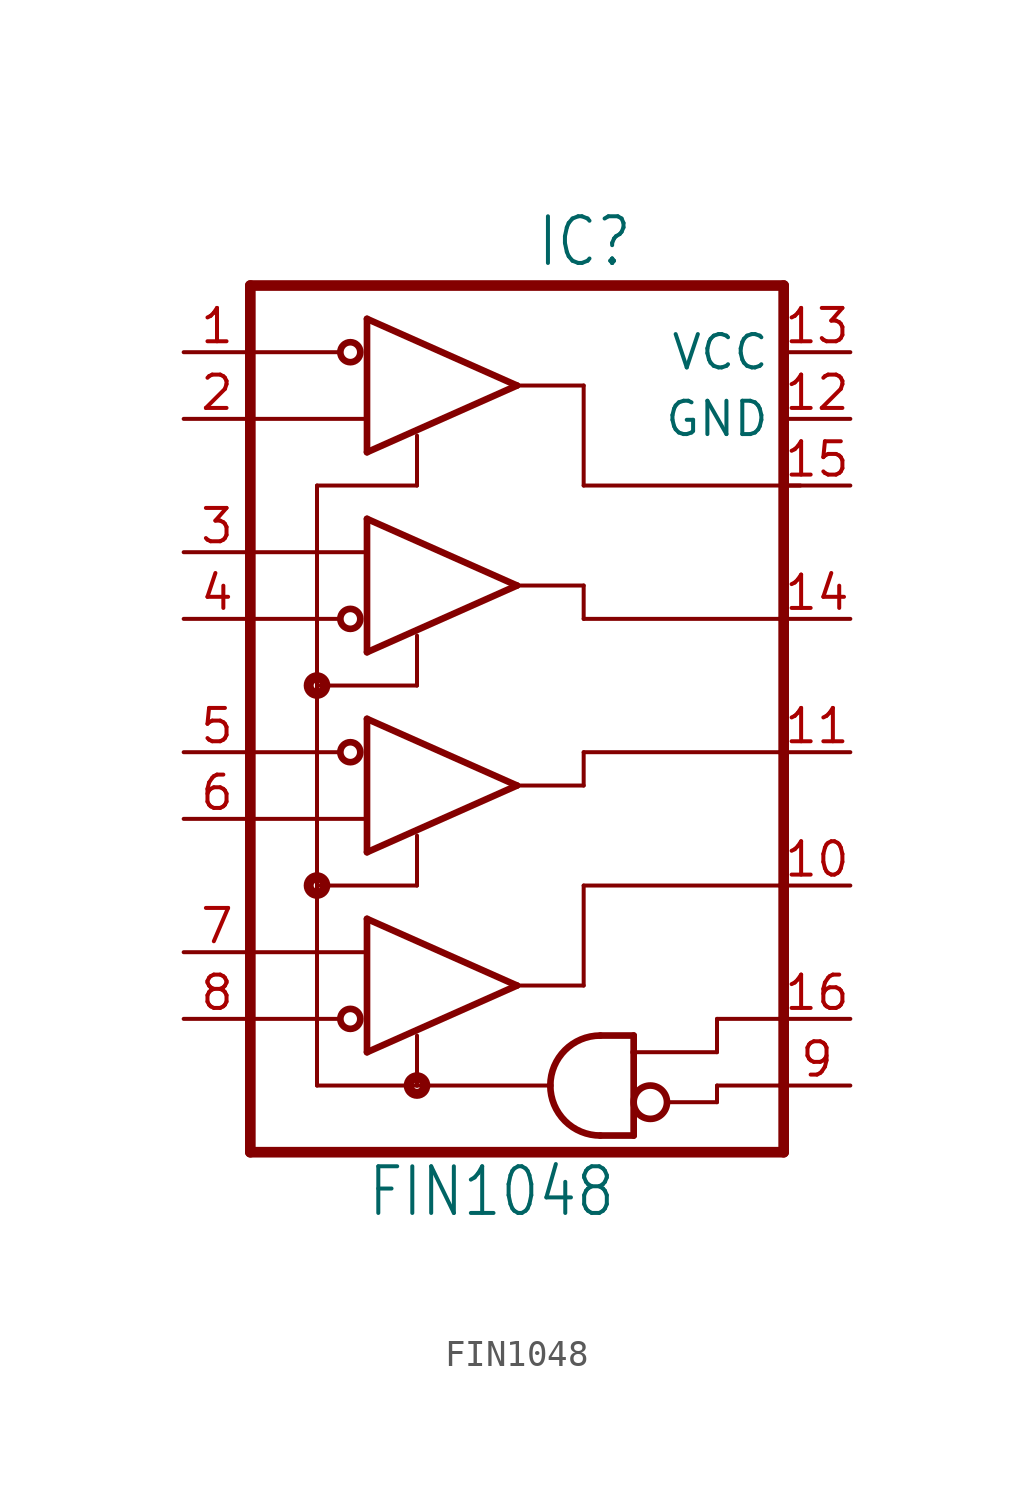
<source format=kicad_sym>
(kicad_symbol_lib
  (version 20211014)
  (generator kicad_symbol_editor)
  (symbol "FIN1048"
    (property "Reference" "IC"
      (at 4.445 15.875 0)
      (effects (font (size 1.778 1.511)) (justify right bottom)))
    (property "Value" "FIN1048"
      (at 3.81 -20.32 0)
      (effects (font (size 1.778 1.511)) (justify right bottom)))
    (property "ki_locked" ""
      (at 0 0 0)
      (effects (font (size 1.27 1.27))))
    (symbol "FIN1048_1_0"
      (circle (center -7.62 -7.62) (radius 0.127) (stroke (width 0.381) (type default) (color 0 0 0 0)) (fill (type none)))
      (circle (center -7.62 0) (radius 0.127) (stroke (width 0.381) (type default) (color 0 0 0 0)) (fill (type none)))
      (circle (center -6.35 -12.7) (radius 0.381) (stroke (width 0.254) (type default) (color 0 0 0 0)) (fill (type none)))
      (circle (center -6.35 -2.54) (radius 0.381) (stroke (width 0.254) (type default) (color 0 0 0 0)) (fill (type none)))
      (circle (center -6.35 2.54) (radius 0.381) (stroke (width 0.254) (type default) (color 0 0 0 0)) (fill (type none)))
      (circle (center -6.35 12.7) (radius 0.381) (stroke (width 0.254) (type default) (color 0 0 0 0)) (fill (type none)))
      (circle (center -3.81 -15.24) (radius 0.127) (stroke (width 0.381) (type default) (color 0 0 0 0)) (fill (type none)))
      (polyline (pts (xy -10.16 -12.7) (xy -6.731 -12.7)) (stroke (width 0.152) (type default) (color 0 0 0 0)) (fill (type none)))
      (polyline (pts (xy -10.16 -10.16) (xy -5.715 -10.16)) (stroke (width 0.152) (type default) (color 0 0 0 0)) (fill (type none)))
      (polyline (pts (xy -10.16 -5.08) (xy -5.715 -5.08)) (stroke (width 0.152) (type default) (color 0 0 0 0)) (fill (type none)))
      (polyline (pts (xy -10.16 -2.54) (xy -6.731 -2.54)) (stroke (width 0.152) (type default) (color 0 0 0 0)) (fill (type none)))
      (polyline (pts (xy -10.16 2.54) (xy -6.731 2.54)) (stroke (width 0.152) (type default) (color 0 0 0 0)) (fill (type none)))
      (polyline (pts (xy -10.16 5.08) (xy -5.715 5.08)) (stroke (width 0.152) (type default) (color 0 0 0 0)) (fill (type none)))
      (polyline (pts (xy -10.16 10.16) (xy -5.715 10.16)) (stroke (width 0.152) (type default) (color 0 0 0 0)) (fill (type none)))
      (polyline (pts (xy -10.16 12.7) (xy -6.731 12.7)) (stroke (width 0.152) (type default) (color 0 0 0 0)) (fill (type none)))
      (polyline (pts (xy -10.16 15.24) (xy -10.16 -17.78)) (stroke (width 0.406) (type default) (color 0 0 0 0)) (fill (type none)))
      (polyline (pts (xy -7.62 -15.24) (xy -7.62 -7.62)) (stroke (width 0.152) (type default) (color 0 0 0 0)) (fill (type none)))
      (polyline (pts (xy -7.62 -15.24) (xy -3.81 -15.24)) (stroke (width 0.152) (type default) (color 0 0 0 0)) (fill (type none)))
      (polyline (pts (xy -7.62 -7.62) (xy -7.62 0)) (stroke (width 0.152) (type default) (color 0 0 0 0)) (fill (type none)))
      (polyline (pts (xy -7.62 -7.62) (xy -3.81 -7.62)) (stroke (width 0.152) (type default) (color 0 0 0 0)) (fill (type none)))
      (polyline (pts (xy -7.62 0) (xy -7.62 7.62)) (stroke (width 0.152) (type default) (color 0 0 0 0)) (fill (type none)))
      (polyline (pts (xy -7.62 0) (xy -3.81 0)) (stroke (width 0.152) (type default) (color 0 0 0 0)) (fill (type none)))
      (polyline (pts (xy -7.62 7.62) (xy -3.81 7.62)) (stroke (width 0.152) (type default) (color 0 0 0 0)) (fill (type none)))
      (polyline (pts (xy -5.715 -13.97) (xy 0 -11.43)) (stroke (width 0.254) (type default) (color 0 0 0 0)) (fill (type none)))
      (polyline (pts (xy -5.715 -8.89) (xy -5.715 -13.97)) (stroke (width 0.254) (type default) (color 0 0 0 0)) (fill (type none)))
      (polyline (pts (xy -5.715 -6.35) (xy 0 -3.81)) (stroke (width 0.254) (type default) (color 0 0 0 0)) (fill (type none)))
      (polyline (pts (xy -5.715 -1.27) (xy -5.715 -6.35)) (stroke (width 0.254) (type default) (color 0 0 0 0)) (fill (type none)))
      (polyline (pts (xy -5.715 1.27) (xy 0 3.81)) (stroke (width 0.254) (type default) (color 0 0 0 0)) (fill (type none)))
      (polyline (pts (xy -5.715 6.35) (xy -5.715 1.27)) (stroke (width 0.254) (type default) (color 0 0 0 0)) (fill (type none)))
      (polyline (pts (xy -5.715 8.89) (xy 0 11.43)) (stroke (width 0.254) (type default) (color 0 0 0 0)) (fill (type none)))
      (polyline (pts (xy -5.715 13.97) (xy -5.715 8.89)) (stroke (width 0.254) (type default) (color 0 0 0 0)) (fill (type none)))
      (polyline (pts (xy -3.81 -15.24) (xy -3.81 -13.335)) (stroke (width 0.152) (type default) (color 0 0 0 0)) (fill (type none)))
      (polyline (pts (xy -3.81 -7.62) (xy -3.81 -5.715)) (stroke (width 0.152) (type default) (color 0 0 0 0)) (fill (type none)))
      (polyline (pts (xy -3.81 0) (xy -3.81 1.905)) (stroke (width 0.152) (type default) (color 0 0 0 0)) (fill (type none)))
      (polyline (pts (xy -3.81 7.62) (xy -3.81 9.525)) (stroke (width 0.152) (type default) (color 0 0 0 0)) (fill (type none)))
      (polyline (pts (xy 0 -11.43) (xy -5.715 -8.89)) (stroke (width 0.254) (type default) (color 0 0 0 0)) (fill (type none)))
      (polyline (pts (xy 0 -3.81) (xy -5.715 -1.27)) (stroke (width 0.254) (type default) (color 0 0 0 0)) (fill (type none)))
      (polyline (pts (xy 0 3.81) (xy -5.715 6.35)) (stroke (width 0.254) (type default) (color 0 0 0 0)) (fill (type none)))
      (polyline (pts (xy 0 11.43) (xy -5.715 13.97)) (stroke (width 0.254) (type default) (color 0 0 0 0)) (fill (type none)))
      (polyline (pts (xy 1.27 -15.24) (xy -3.81 -15.24)) (stroke (width 0.152) (type default) (color 0 0 0 0)) (fill (type none)))
      (polyline (pts (xy 2.54 -11.43) (xy 0 -11.43)) (stroke (width 0.152) (type default) (color 0 0 0 0)) (fill (type none)))
      (polyline (pts (xy 2.54 -7.62) (xy 2.54 -11.43)) (stroke (width 0.152) (type default) (color 0 0 0 0)) (fill (type none)))
      (polyline (pts (xy 2.54 -3.81) (xy 0 -3.81)) (stroke (width 0.152) (type default) (color 0 0 0 0)) (fill (type none)))
      (polyline (pts (xy 2.54 -2.54) (xy 2.54 -3.81)) (stroke (width 0.152) (type default) (color 0 0 0 0)) (fill (type none)))
      (polyline (pts (xy 2.54 2.54) (xy 2.54 3.81)) (stroke (width 0.152) (type default) (color 0 0 0 0)) (fill (type none)))
      (polyline (pts (xy 2.54 3.81) (xy 0 3.81)) (stroke (width 0.152) (type default) (color 0 0 0 0)) (fill (type none)))
      (polyline (pts (xy 2.54 7.62) (xy 2.54 11.43)) (stroke (width 0.152) (type default) (color 0 0 0 0)) (fill (type none)))
      (polyline (pts (xy 2.54 11.43) (xy 0 11.43)) (stroke (width 0.152) (type default) (color 0 0 0 0)) (fill (type none)))
      (polyline (pts (xy 3.175 -17.145) (xy 4.445 -17.145)) (stroke (width 0.254) (type default) (color 0 0 0 0)) (fill (type none)))
      (polyline (pts (xy 4.445 -17.145) (xy 4.445 -13.97)) (stroke (width 0.254) (type default) (color 0 0 0 0)) (fill (type none)))
      (polyline (pts (xy 4.445 -13.97) (xy 4.445 -13.335)) (stroke (width 0.254) (type default) (color 0 0 0 0)) (fill (type none)))
      (polyline (pts (xy 4.445 -13.335) (xy 3.175 -13.335)) (stroke (width 0.254) (type default) (color 0 0 0 0)) (fill (type none)))
      (polyline (pts (xy 5.715 -15.875) (xy 7.62 -15.875)) (stroke (width 0.152) (type default) (color 0 0 0 0)) (fill (type none)))
      (polyline (pts (xy 7.62 -15.875) (xy 7.62 -15.24)) (stroke (width 0.152) (type default) (color 0 0 0 0)) (fill (type none)))
      (polyline (pts (xy 7.62 -15.24) (xy 10.16 -15.24)) (stroke (width 0.152) (type default) (color 0 0 0 0)) (fill (type none)))
      (polyline (pts (xy 7.62 -13.97) (xy 4.445 -13.97)) (stroke (width 0.152) (type default) (color 0 0 0 0)) (fill (type none)))
      (polyline (pts (xy 7.62 -12.7) (xy 7.62 -13.97)) (stroke (width 0.152) (type default) (color 0 0 0 0)) (fill (type none)))
      (polyline (pts (xy 10.16 -17.78) (xy -10.16 -17.78)) (stroke (width 0.406) (type default) (color 0 0 0 0)) (fill (type none)))
      (polyline (pts (xy 10.16 -15.24) (xy 10.16 -17.78)) (stroke (width 0.406) (type default) (color 0 0 0 0)) (fill (type none)))
      (polyline (pts (xy 10.16 -12.7) (xy 7.62 -12.7)) (stroke (width 0.152) (type default) (color 0 0 0 0)) (fill (type none)))
      (polyline (pts (xy 10.16 -12.7) (xy 10.16 -15.24)) (stroke (width 0.406) (type default) (color 0 0 0 0)) (fill (type none)))
      (polyline (pts (xy 10.16 -7.62) (xy 2.54 -7.62)) (stroke (width 0.152) (type default) (color 0 0 0 0)) (fill (type none)))
      (polyline (pts (xy 10.16 -7.62) (xy 10.16 -12.7)) (stroke (width 0.406) (type default) (color 0 0 0 0)) (fill (type none)))
      (polyline (pts (xy 10.16 -2.54) (xy 2.54 -2.54)) (stroke (width 0.152) (type default) (color 0 0 0 0)) (fill (type none)))
      (polyline (pts (xy 10.16 -2.54) (xy 10.16 -7.62)) (stroke (width 0.406) (type default) (color 0 0 0 0)) (fill (type none)))
      (polyline (pts (xy 10.16 2.54) (xy 2.54 2.54)) (stroke (width 0.152) (type default) (color 0 0 0 0)) (fill (type none)))
      (polyline (pts (xy 10.16 2.54) (xy 10.16 -2.54)) (stroke (width 0.406) (type default) (color 0 0 0 0)) (fill (type none)))
      (polyline (pts (xy 10.16 15.24) (xy -10.16 15.24)) (stroke (width 0.406) (type default) (color 0 0 0 0)) (fill (type none)))
      (polyline (pts (xy 10.16 15.24) (xy 10.16 2.54)) (stroke (width 0.406) (type default) (color 0 0 0 0)) (fill (type none)))
      (polyline (pts (xy 10.795 7.62) (xy 2.54 7.62)) (stroke (width 0.152) (type default) (color 0 0 0 0)) (fill (type none)))
      (arc (start 1.27 -15.24) (mid 1.828 -16.587) (end 3.175 -17.145) (stroke (width 0.254) (type default) (color 0 0 0 0)) (fill (type none)))
      (arc (start 3.175 -13.335) (mid 1.828 -13.893) (end 1.27 -15.24) (stroke (width 0.254) (type default) (color 0 0 0 0)) (fill (type none)))
      (circle (center 5.08 -15.875) (radius 0.635) (stroke (width 0.254) (type default) (color 0 0 0 0)) (fill (type none)))
      (pin input line (at -12.7 12.7 0) (length 2.54) (name "RIN1-" (effects (font (size 0 0)))) (number "1" (effects (font (size 1.27 1.27)))))
      (pin output line (at 12.7 -7.62 180) (length 2.54) (name "ROUT4" (effects (font (size 0 0)))) (number "10" (effects (font (size 1.27 1.27)))))
      (pin output line (at 12.7 -2.54 180) (length 2.54) (name "ROUT3" (effects (font (size 0 0)))) (number "11" (effects (font (size 1.27 1.27)))))
      (pin passive line (at 12.7 10.16 180) (length 2.54) (name "GND" (effects (font (size 1.27 1.27)))) (number "12" (effects (font (size 1.27 1.27)))))
      (pin passive line (at 12.7 12.7 180) (length 2.54) (name "VCC" (effects (font (size 1.27 1.27)))) (number "13" (effects (font (size 1.27 1.27)))))
      (pin output line (at 12.7 2.54 180) (length 2.54) (name "ROUT2" (effects (font (size 0 0)))) (number "14" (effects (font (size 1.27 1.27)))))
      (pin output line (at 12.7 7.62 180) (length 2.54) (name "ROUT1" (effects (font (size 0 0)))) (number "15" (effects (font (size 1.27 1.27)))))
      (pin input line (at 12.7 -12.7 180) (length 2.54) (name "EN" (effects (font (size 0 0)))) (number "16" (effects (font (size 1.27 1.27)))))
      (pin input line (at -12.7 10.16 0) (length 2.54) (name "RIN1+" (effects (font (size 0 0)))) (number "2" (effects (font (size 1.27 1.27)))))
      (pin input line (at -12.7 5.08 0) (length 2.54) (name "RIN2+" (effects (font (size 0 0)))) (number "3" (effects (font (size 1.27 1.27)))))
      (pin input line (at -12.7 2.54 0) (length 2.54) (name "RIN2-" (effects (font (size 0 0)))) (number "4" (effects (font (size 1.27 1.27)))))
      (pin input line (at -12.7 -2.54 0) (length 2.54) (name "RIN3-" (effects (font (size 0 0)))) (number "5" (effects (font (size 1.27 1.27)))))
      (pin input line (at -12.7 -5.08 0) (length 2.54) (name "RIN3+" (effects (font (size 0 0)))) (number "6" (effects (font (size 1.27 1.27)))))
      (pin input line (at -12.7 -10.16 0) (length 2.54) (name "RIN4+" (effects (font (size 0 0)))) (number "7" (effects (font (size 1.27 1.27)))))
      (pin input line (at -12.7 -12.7 0) (length 2.54) (name "RIN4-" (effects (font (size 0 0)))) (number "8" (effects (font (size 1.27 1.27)))))
      (pin input line (at 12.7 -15.24 180) (length 2.54) (name "~{EN}" (effects (font (size 0 0)))) (number "9" (effects (font (size 1.27 1.27))))))))
</source>
